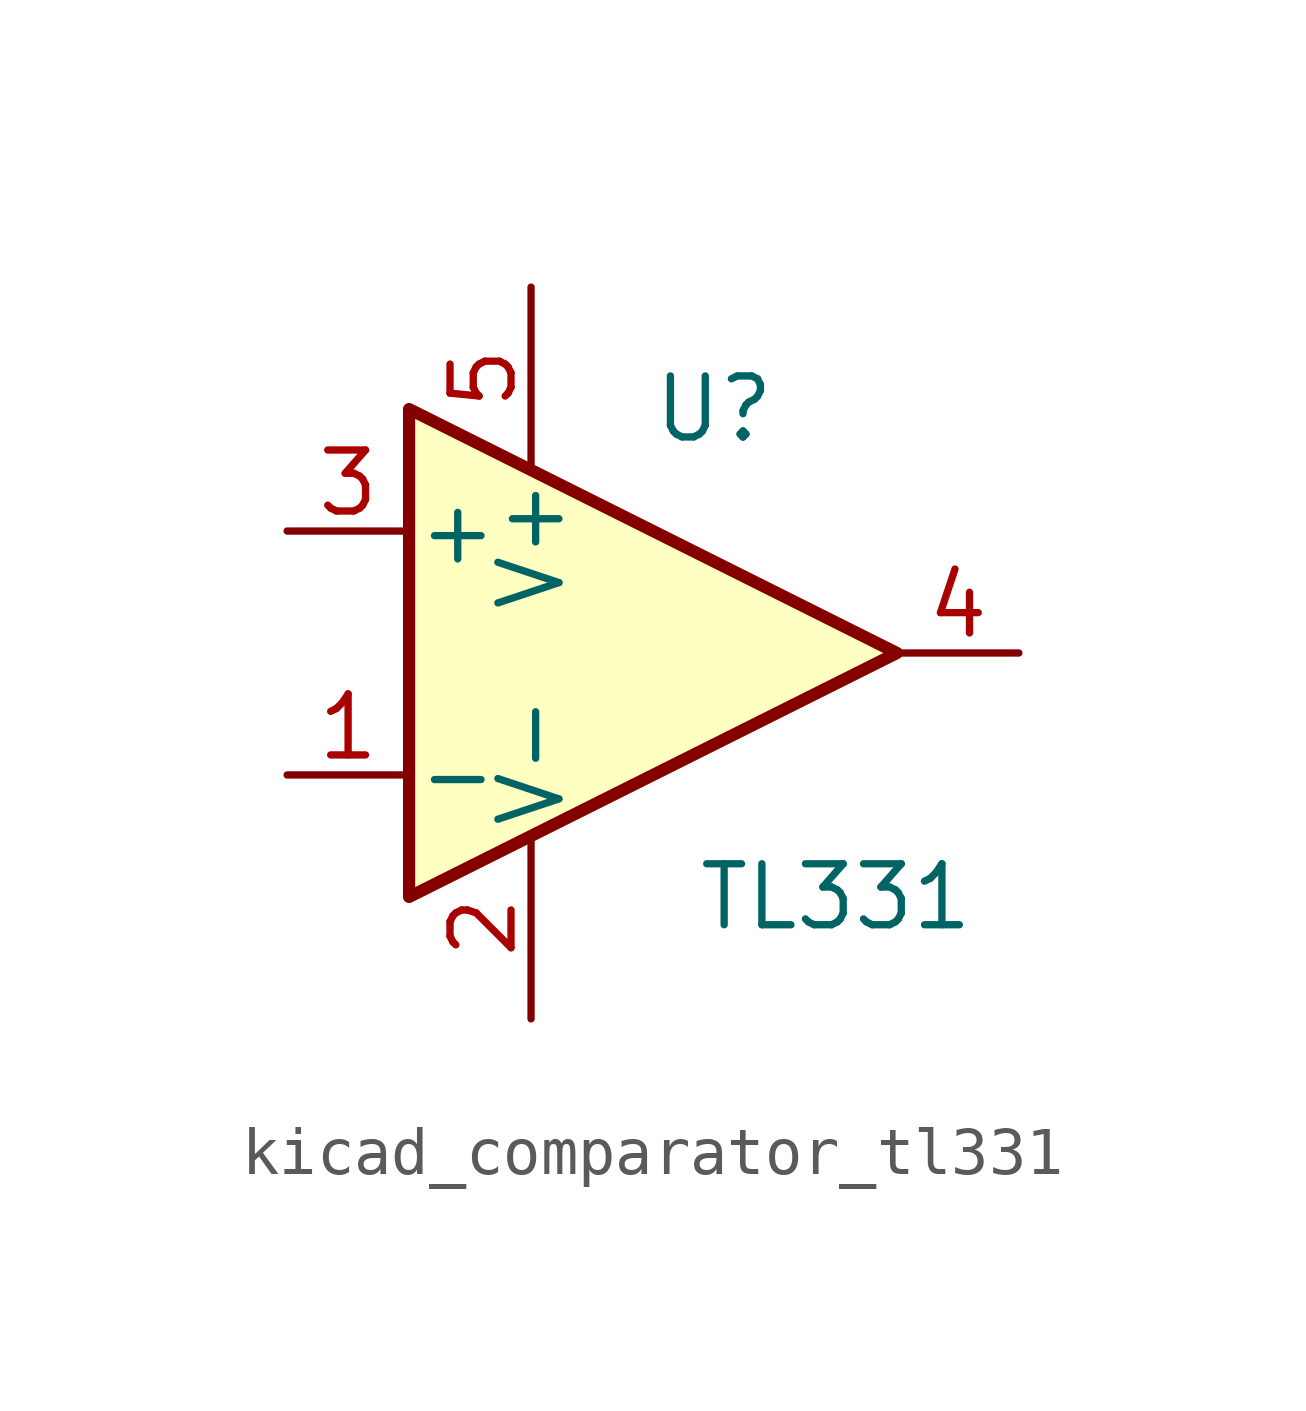
<source format=kicad_sym>
(kicad_symbol_lib
  (version 20220914)
  (generator kicad_symbol_editor)
  (symbol "kicad_comparator_tl331"
    (pin_names
      (offset 0.127))
    (property "Reference" "U"
      (at 1.27 5.08 0)
      (effects (font (size 1.27 1.27))))
    (property "Value" "TL331"
      (at 3.81 -5.08 0)
      (effects (font (size 1.27 1.27))))
    (symbol "kicad_comparator_tl331_0_1"
      (polyline (pts (xy -5.08 5.08) (xy 5.08 0) (xy -5.08 -5.08) (xy -5.08 5.08)) (stroke (width 0.254) (type default)) (fill (type background))))
    (symbol "kicad_comparator_tl331_1_1"
      (pin input line (at -7.62 -2.54 0) (length 2.54) (name "-" (effects (font (size 1.27 1.27)))) (number "1" (effects (font (size 1.27 1.27)))))
      (pin power_in line (at -2.54 -7.62 90) (length 3.81) (name "V-" (effects (font (size 1.27 1.27)))) (number "2" (effects (font (size 1.27 1.27)))))
      (pin input line (at -7.62 2.54 0) (length 2.54) (name "+" (effects (font (size 1.27 1.27)))) (number "3" (effects (font (size 1.27 1.27)))))
      (pin open_collector line (at 7.62 0 180) (length 2.54) (name "~" (effects (font (size 1.27 1.27)))) (number "4" (effects (font (size 1.27 1.27)))))
      (pin power_in line (at -2.54 7.62 270) (length 3.81) (name "V+" (effects (font (size 1.27 1.27)))) (number "5" (effects (font (size 1.27 1.27))))))))
</source>
